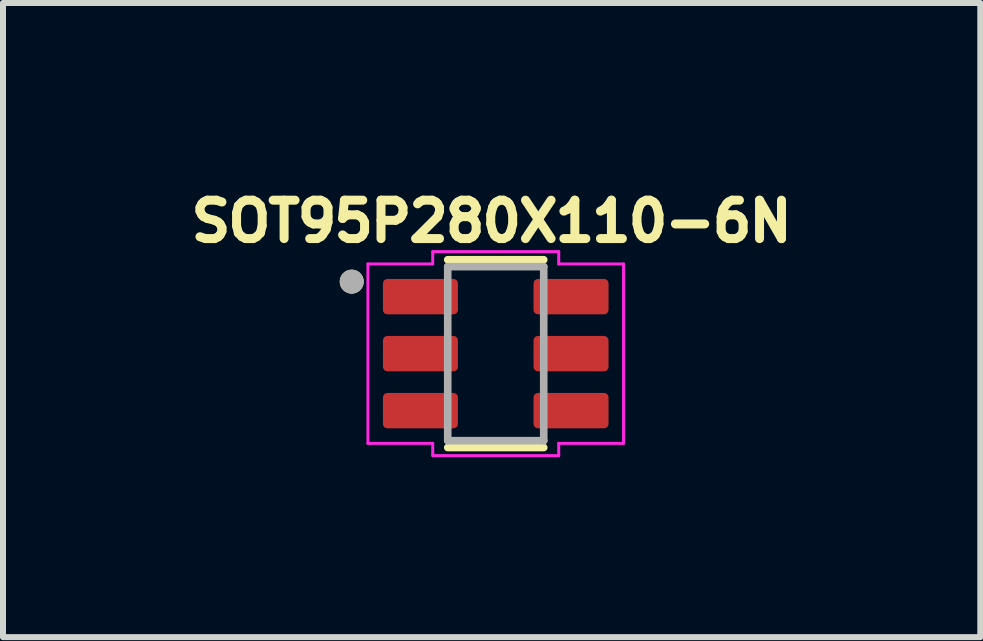
<source format=kicad_pcb>
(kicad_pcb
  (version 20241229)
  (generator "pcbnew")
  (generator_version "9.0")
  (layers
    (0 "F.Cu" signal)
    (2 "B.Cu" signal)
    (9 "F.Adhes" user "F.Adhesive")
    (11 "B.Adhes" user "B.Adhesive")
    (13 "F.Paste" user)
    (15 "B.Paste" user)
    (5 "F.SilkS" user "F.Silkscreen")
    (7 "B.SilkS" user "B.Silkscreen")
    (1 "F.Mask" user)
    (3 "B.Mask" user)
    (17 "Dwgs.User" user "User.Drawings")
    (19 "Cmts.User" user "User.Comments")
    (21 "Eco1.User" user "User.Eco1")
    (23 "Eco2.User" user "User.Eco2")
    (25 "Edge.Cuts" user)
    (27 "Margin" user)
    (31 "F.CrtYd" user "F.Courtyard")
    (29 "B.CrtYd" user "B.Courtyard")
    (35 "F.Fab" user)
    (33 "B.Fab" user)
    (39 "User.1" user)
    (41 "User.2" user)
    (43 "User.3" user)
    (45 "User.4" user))
  (footprint "SOT95P280X110-6N"
    (layer "F.Cu")
    (at 5.212 2.844)
    (property "Reference" "SOT95P280X110-6N" (at -0.068 -2.206 0) (layer "F.SilkS") (effects (font (size 0.64 0.64) (thickness 0.15))))
    (attr smd)
    (fp_line (start -0.8 -1.565) (end 0.8 -1.565) (stroke (width 0.127) (type solid)) (layer "F.SilkS"))
    (fp_line (start -0.8 1.565) (end 0.8 1.565) (stroke (width 0.127) (type solid)) (layer "F.SilkS"))
    (fp_circle (center -2.4 -1.2) (end -2.3 -1.2) (stroke (width 0.2) (type solid)) (fill no) (layer "F.SilkS"))
    (fp_line (start -2.13 -1.495) (end -2.13 1.495) (stroke (width 0.05) (type solid)) (layer "F.CrtYd"))
    (fp_line (start -2.13 1.495) (end -1.05 1.495) (stroke (width 0.05) (type solid)) (layer "F.CrtYd"))
    (fp_line (start -1.05 -1.7) (end -1.05 -1.495) (stroke (width 0.05) (type solid)) (layer "F.CrtYd"))
    (fp_line (start -1.05 -1.495) (end -2.13 -1.495) (stroke (width 0.05) (type solid)) (layer "F.CrtYd"))
    (fp_line (start -1.05 1.495) (end -1.05 1.7) (stroke (width 0.05) (type solid)) (layer "F.CrtYd"))
    (fp_line (start -1.05 1.7) (end 1.05 1.7) (stroke (width 0.05) (type solid)) (layer "F.CrtYd"))
    (fp_line (start 1.05 -1.7) (end -1.05 -1.7) (stroke (width 0.05) (type solid)) (layer "F.CrtYd"))
    (fp_line (start 1.05 -1.495) (end 1.05 -1.7) (stroke (width 0.05) (type solid)) (layer "F.CrtYd"))
    (fp_line (start 1.05 1.495) (end 2.13 1.495) (stroke (width 0.05) (type solid)) (layer "F.CrtYd"))
    (fp_line (start 1.05 1.7) (end 1.05 1.495) (stroke (width 0.05) (type solid)) (layer "F.CrtYd"))
    (fp_line (start 2.13 -1.495) (end 1.05 -1.495) (stroke (width 0.05) (type solid)) (layer "F.CrtYd"))
    (fp_line (start 2.13 1.495) (end 2.13 -1.495) (stroke (width 0.05) (type solid)) (layer "F.CrtYd"))
    (fp_line (start -0.8 -1.45) (end -0.8 1.45) (stroke (width 0.127) (type solid)) (layer "F.Fab"))
    (fp_line (start -0.8 1.45) (end 0.8 1.45) (stroke (width 0.127) (type solid)) (layer "F.Fab"))
    (fp_line (start 0.8 -1.45) (end -0.8 -1.45) (stroke (width 0.127) (type solid)) (layer "F.Fab"))
    (fp_line (start 0.8 1.45) (end 0.8 -1.45) (stroke (width 0.127) (type solid)) (layer "F.Fab"))
    (fp_circle (center -2.4 -1.2) (end -2.3 -1.2) (stroke (width 0.2) (type solid)) (fill no) (layer "F.Fab"))
    (pad "1" smd roundrect (at -1.255 -0.95) (size 1.25 0.59) (layers "F.Cu" "F.Mask" "F.Paste") (roundrect_rratio 0.125))
    (pad "2" smd roundrect (at -1.255 0) (size 1.25 0.59) (layers "F.Cu" "F.Mask" "F.Paste") (roundrect_rratio 0.125))
    (pad "3" smd roundrect (at -1.255 0.95) (size 1.25 0.59) (layers "F.Cu" "F.Mask" "F.Paste") (roundrect_rratio 0.125))
    (pad "4" smd roundrect (at 1.255 0.95) (size 1.25 0.59) (layers "F.Cu" "F.Mask" "F.Paste") (roundrect_rratio 0.125))
    (pad "5" smd roundrect (at 1.255 0) (size 1.25 0.59) (layers "F.Cu" "F.Mask" "F.Paste") (roundrect_rratio 0.125))
    (pad "6" smd roundrect (at 1.255 -0.95) (size 1.25 0.59) (layers "F.Cu" "F.Mask" "F.Paste") (roundrect_rratio 0.125)))
  (gr_rect
    (start -3 -3)
    (end 13.288 7.569)
    (stroke (width 0.1) (type default))
    (fill no)
    (layer "Edge.Cuts")))
</source>
